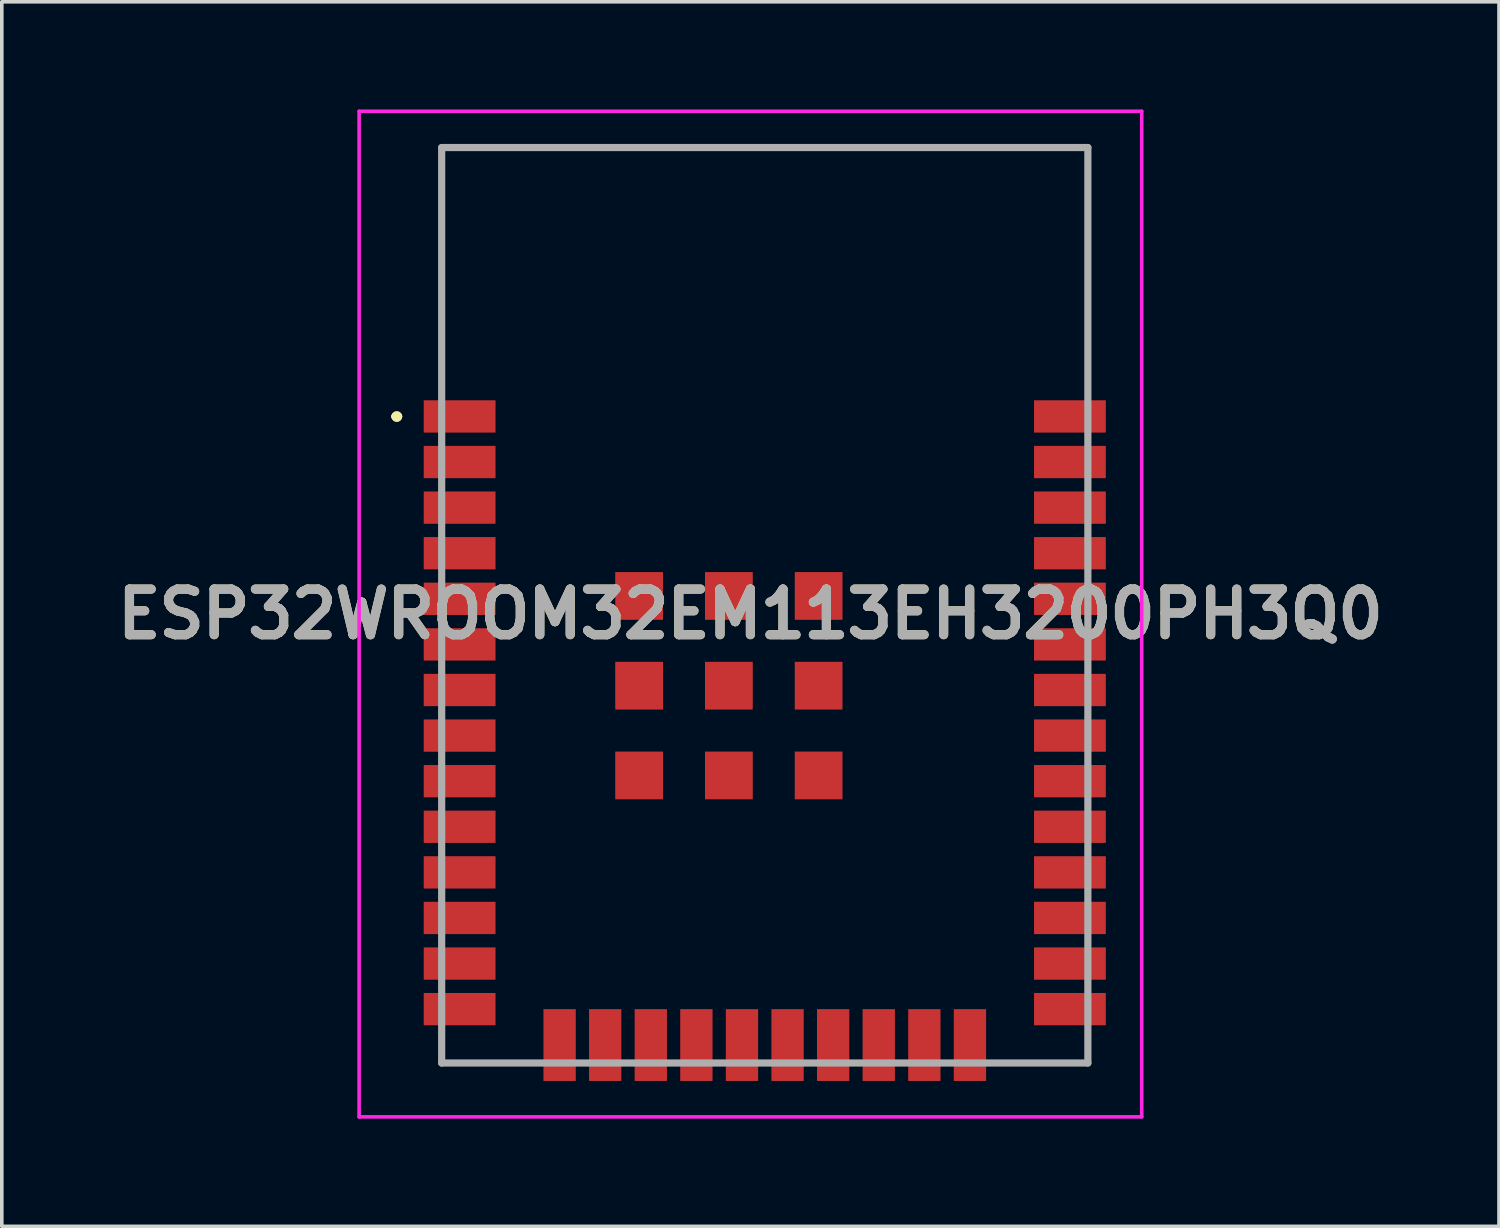
<source format=kicad_pcb>
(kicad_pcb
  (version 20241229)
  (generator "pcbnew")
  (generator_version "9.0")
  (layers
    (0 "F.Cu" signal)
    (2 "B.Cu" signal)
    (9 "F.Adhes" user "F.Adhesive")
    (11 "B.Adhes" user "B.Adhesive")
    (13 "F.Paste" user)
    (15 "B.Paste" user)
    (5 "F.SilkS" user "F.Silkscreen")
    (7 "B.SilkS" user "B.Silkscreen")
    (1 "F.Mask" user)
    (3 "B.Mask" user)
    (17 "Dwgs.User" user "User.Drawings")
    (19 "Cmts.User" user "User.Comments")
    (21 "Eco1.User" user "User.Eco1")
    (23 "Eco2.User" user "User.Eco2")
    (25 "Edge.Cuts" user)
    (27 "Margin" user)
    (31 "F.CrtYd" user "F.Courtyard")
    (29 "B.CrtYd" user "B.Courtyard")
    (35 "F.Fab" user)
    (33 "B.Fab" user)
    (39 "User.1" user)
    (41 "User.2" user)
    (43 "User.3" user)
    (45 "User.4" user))
  (footprint "ESP32WROOM32EM113EH3200PH3Q0"
    (layer "F.Cu")
    (at 9.753 8.55)
    (property "Reference" "ESP32WROOM32EM113EH3200PH3Q0" (at 8.1 5.505 0) (layer "F.SilkS") (effects (font (size 1.27 1.27) (thickness 0.254))))
    (attr smd)
    (fp_line (start -1.8 0) (end -1.8 0) (stroke (width 0.2) (type solid)) (layer "F.SilkS"))
    (fp_line (start -1.8 0) (end -1.8 0) (stroke (width 0.2) (type solid)) (layer "F.SilkS"))
    (fp_line (start -1.7 0) (end -1.7 0) (stroke (width 0.2) (type solid)) (layer "F.SilkS"))
    (fp_line (start -0.5 -7.5) (end -0.5 -7.5) (stroke (width 0.1) (type solid)) (layer "F.SilkS"))
    (fp_line (start -0.5 -7.5) (end -0.5 -7.5) (stroke (width 0.1) (type solid)) (layer "F.SilkS"))
    (fp_line (start -0.5 -7.5) (end -0.5 -1.25) (stroke (width 0.1) (type solid)) (layer "F.SilkS"))
    (fp_line (start -0.5 -7.5) (end 17.5 -7.5) (stroke (width 0.1) (type solid)) (layer "F.SilkS"))
    (fp_line (start -0.5 -1.25) (end -0.5 -7.5) (stroke (width 0.1) (type solid)) (layer "F.SilkS"))
    (fp_line (start -0.5 -1.25) (end -0.5 -1.25) (stroke (width 0.1) (type solid)) (layer "F.SilkS"))
    (fp_line (start -0.5 18) (end -0.5 18) (stroke (width 0.1) (type solid)) (layer "F.SilkS"))
    (fp_line (start -0.5 18) (end 1.5 18) (stroke (width 0.1) (type solid)) (layer "F.SilkS"))
    (fp_line (start 1.5 18) (end -0.5 18) (stroke (width 0.1) (type solid)) (layer "F.SilkS"))
    (fp_line (start 1.5 18) (end 1.5 18) (stroke (width 0.1) (type solid)) (layer "F.SilkS"))
    (fp_line (start 15.5 18) (end 15.5 18) (stroke (width 0.1) (type solid)) (layer "F.SilkS"))
    (fp_line (start 15.5 18) (end 17.5 18) (stroke (width 0.1) (type solid)) (layer "F.SilkS"))
    (fp_line (start 17.5 -7.5) (end -0.5 -7.5) (stroke (width 0.1) (type solid)) (layer "F.SilkS"))
    (fp_line (start 17.5 -7.5) (end 17.5 -7.5) (stroke (width 0.1) (type solid)) (layer "F.SilkS"))
    (fp_line (start 17.5 -7.5) (end 17.5 -7.5) (stroke (width 0.1) (type solid)) (layer "F.SilkS"))
    (fp_line (start 17.5 -7.5) (end 17.5 -1.25) (stroke (width 0.1) (type solid)) (layer "F.SilkS"))
    (fp_line (start 17.5 -1.25) (end 17.5 -7.5) (stroke (width 0.1) (type solid)) (layer "F.SilkS"))
    (fp_line (start 17.5 -1.25) (end 17.5 -1.25) (stroke (width 0.1) (type solid)) (layer "F.SilkS"))
    (fp_line (start 17.5 18) (end 15.5 18) (stroke (width 0.1) (type solid)) (layer "F.SilkS"))
    (fp_line (start 17.5 18) (end 17.5 18) (stroke (width 0.1) (type solid)) (layer "F.SilkS"))
    (fp_arc (start -1.8 0) (mid -1.75 -0.05) (end -1.7 0) (stroke (width 0.2) (type solid)) (layer "F.SilkS"))
    (fp_arc (start -1.7 0) (mid -1.75 0.05) (end -1.8 0) (stroke (width 0.2) (type solid)) (layer "F.SilkS"))
    (fp_arc (start -1.7 0) (mid -1.75 0.05) (end -1.8 0) (stroke (width 0.2) (type solid)) (layer "F.SilkS"))
    (fp_line (start -2.8 -8.5) (end 19 -8.5) (stroke (width 0.1) (type solid)) (layer "F.CrtYd"))
    (fp_line (start -2.8 19.51) (end -2.8 -8.5) (stroke (width 0.1) (type solid)) (layer "F.CrtYd"))
    (fp_line (start 19 -8.5) (end 19 19.51) (stroke (width 0.1) (type solid)) (layer "F.CrtYd"))
    (fp_line (start 19 19.51) (end -2.8 19.51) (stroke (width 0.1) (type solid)) (layer "F.CrtYd"))
    (fp_line (start -0.5 -7.49) (end -0.5 18.01) (stroke (width 0.2) (type solid)) (layer "F.Fab"))
    (fp_line (start -0.5 18.01) (end 17.5 18.01) (stroke (width 0.2) (type solid)) (layer "F.Fab"))
    (fp_line (start 17.5 -7.49) (end -0.5 -7.49) (stroke (width 0.2) (type solid)) (layer "F.Fab"))
    (fp_line (start 17.5 18.01) (end 17.5 -7.49) (stroke (width 0.2) (type solid)) (layer "F.Fab"))
    (fp_text user "${REFERENCE}" (at 8.1 5.505 0) (layer "F.Fab") (effects (font (size 1.27 1.27) (thickness 0.254))))
    (pad "1" smd rect (at 0 0 90) (size 0.9 2) (layers "F.Cu" "F.Mask" "F.Paste"))
    (pad "2" smd rect (at 0 1.27 90) (size 0.9 2) (layers "F.Cu" "F.Mask" "F.Paste"))
    (pad "3" smd rect (at 0 2.54 90) (size 0.9 2) (layers "F.Cu" "F.Mask" "F.Paste"))
    (pad "4" smd rect (at 0 3.81 90) (size 0.9 2) (layers "F.Cu" "F.Mask" "F.Paste"))
    (pad "5" smd rect (at 0 5.08 90) (size 0.9 2) (layers "F.Cu" "F.Mask" "F.Paste"))
    (pad "6" smd rect (at 0 6.35 90) (size 0.9 2) (layers "F.Cu" "F.Mask" "F.Paste"))
    (pad "7" smd rect (at 0 7.62 90) (size 0.9 2) (layers "F.Cu" "F.Mask" "F.Paste"))
    (pad "8" smd rect (at 0 8.89 90) (size 0.9 2) (layers "F.Cu" "F.Mask" "F.Paste"))
    (pad "9" smd rect (at 0 10.16 90) (size 0.9 2) (layers "F.Cu" "F.Mask" "F.Paste"))
    (pad "10" smd rect (at 0 11.43 90) (size 0.9 2) (layers "F.Cu" "F.Mask" "F.Paste"))
    (pad "11" smd rect (at 0 12.7 90) (size 0.9 2) (layers "F.Cu" "F.Mask" "F.Paste"))
    (pad "12" smd rect (at 0 13.97 90) (size 0.9 2) (layers "F.Cu" "F.Mask" "F.Paste"))
    (pad "13" smd rect (at 0 15.24 90) (size 0.9 2) (layers "F.Cu" "F.Mask" "F.Paste"))
    (pad "14" smd rect (at 0 16.51 90) (size 0.9 2) (layers "F.Cu" "F.Mask" "F.Paste"))
    (pad "15" smd rect (at 2.785 17.51) (size 0.9 2) (layers "F.Cu" "F.Mask" "F.Paste"))
    (pad "16" smd rect (at 4.055 17.51) (size 0.9 2) (layers "F.Cu" "F.Mask" "F.Paste"))
    (pad "17" smd rect (at 5.325 17.51) (size 0.9 2) (layers "F.Cu" "F.Mask" "F.Paste"))
    (pad "18" smd rect (at 6.595 17.51) (size 0.9 2) (layers "F.Cu" "F.Mask" "F.Paste"))
    (pad "19" smd rect (at 7.865 17.51) (size 0.9 2) (layers "F.Cu" "F.Mask" "F.Paste"))
    (pad "20" smd rect (at 9.135 17.51) (size 0.9 2) (layers "F.Cu" "F.Mask" "F.Paste"))
    (pad "21" smd rect (at 10.405 17.51) (size 0.9 2) (layers "F.Cu" "F.Mask" "F.Paste"))
    (pad "22" smd rect (at 11.675 17.51) (size 0.9 2) (layers "F.Cu" "F.Mask" "F.Paste"))
    (pad "23" smd rect (at 12.945 17.51) (size 0.9 2) (layers "F.Cu" "F.Mask" "F.Paste"))
    (pad "24" smd rect (at 14.215 17.51) (size 0.9 2) (layers "F.Cu" "F.Mask" "F.Paste"))
    (pad "25" smd rect (at 17 16.51 90) (size 0.9 2) (layers "F.Cu" "F.Mask" "F.Paste"))
    (pad "26" smd rect (at 17 15.24 90) (size 0.9 2) (layers "F.Cu" "F.Mask" "F.Paste"))
    (pad "27" smd rect (at 17 13.97 90) (size 0.9 2) (layers "F.Cu" "F.Mask" "F.Paste"))
    (pad "28" smd rect (at 17 12.7 90) (size 0.9 2) (layers "F.Cu" "F.Mask" "F.Paste"))
    (pad "29" smd rect (at 17 11.43 90) (size 0.9 2) (layers "F.Cu" "F.Mask" "F.Paste"))
    (pad "30" smd rect (at 17 10.16 90) (size 0.9 2) (layers "F.Cu" "F.Mask" "F.Paste"))
    (pad "31" smd rect (at 17 8.89 90) (size 0.9 2) (layers "F.Cu" "F.Mask" "F.Paste"))
    (pad "32" smd rect (at 17 7.62 90) (size 0.9 2) (layers "F.Cu" "F.Mask" "F.Paste"))
    (pad "33" smd rect (at 17 6.35 90) (size 0.9 2) (layers "F.Cu" "F.Mask" "F.Paste"))
    (pad "34" smd rect (at 17 5.08 90) (size 0.9 2) (layers "F.Cu" "F.Mask" "F.Paste"))
    (pad "35" smd rect (at 17 3.81 90) (size 0.9 2) (layers "F.Cu" "F.Mask" "F.Paste"))
    (pad "36" smd rect (at 17 2.54 90) (size 0.9 2) (layers "F.Cu" "F.Mask" "F.Paste"))
    (pad "37" smd rect (at 17 1.27 90) (size 0.9 2) (layers "F.Cu" "F.Mask" "F.Paste"))
    (pad "38" smd rect (at 17 0 90) (size 0.9 2) (layers "F.Cu" "F.Mask" "F.Paste"))
    (pad "39" smd rect (at 5 5 90) (size 1.33 1.33) (layers "F.Cu" "F.Mask" "F.Paste"))
    (pad "40" smd rect (at 5 7.5 90) (size 1.33 1.33) (layers "F.Cu" "F.Mask" "F.Paste"))
    (pad "41" smd rect (at 5 10 90) (size 1.33 1.33) (layers "F.Cu" "F.Mask" "F.Paste"))
    (pad "42" smd rect (at 7.5 10 90) (size 1.33 1.33) (layers "F.Cu" "F.Mask" "F.Paste"))
    (pad "43" smd rect (at 7.5 7.5 90) (size 1.33 1.33) (layers "F.Cu" "F.Mask" "F.Paste"))
    (pad "44" smd rect (at 7.5 5 90) (size 1.33 1.33) (layers "F.Cu" "F.Mask" "F.Paste"))
    (pad "45" smd rect (at 10 5 90) (size 1.33 1.33) (layers "F.Cu" "F.Mask" "F.Paste"))
    (pad "46" smd rect (at 10 7.5 90) (size 1.33 1.33) (layers "F.Cu" "F.Mask" "F.Paste"))
    (pad "47" smd rect (at 10 10 90) (size 1.33 1.33) (layers "F.Cu" "F.Mask" "F.Paste")))
  (gr_rect
    (start -3 -3)
    (end 38.705 31.11)
    (stroke (width 0.1) (type default))
    (fill no)
    (layer "Edge.Cuts")))
</source>
